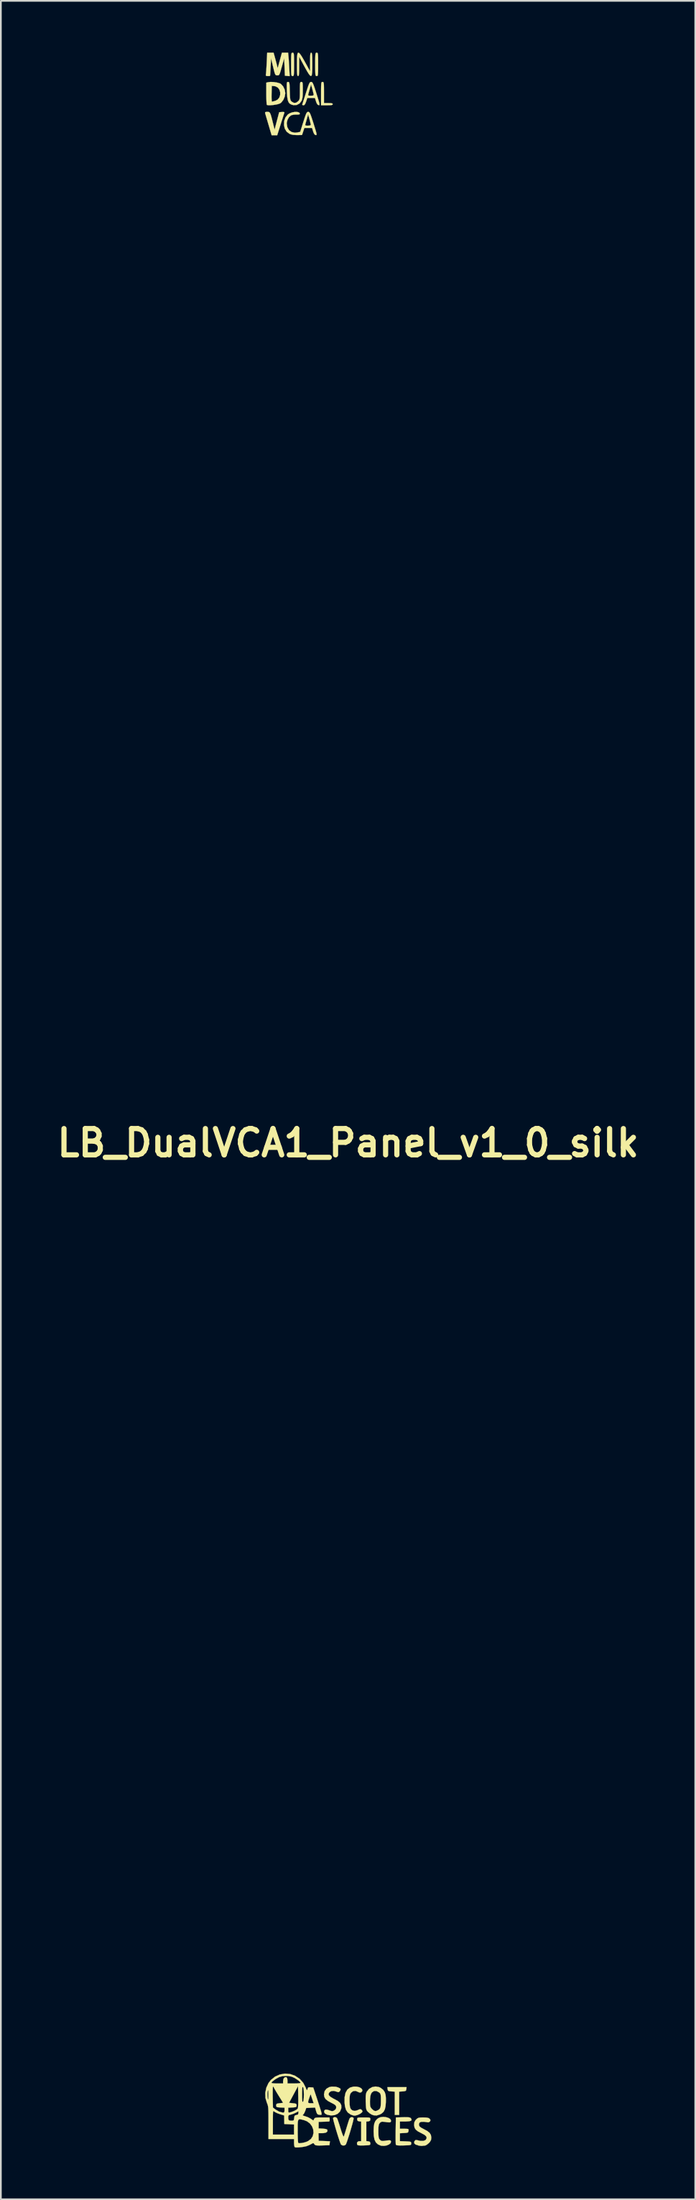
<source format=kicad_pcb>
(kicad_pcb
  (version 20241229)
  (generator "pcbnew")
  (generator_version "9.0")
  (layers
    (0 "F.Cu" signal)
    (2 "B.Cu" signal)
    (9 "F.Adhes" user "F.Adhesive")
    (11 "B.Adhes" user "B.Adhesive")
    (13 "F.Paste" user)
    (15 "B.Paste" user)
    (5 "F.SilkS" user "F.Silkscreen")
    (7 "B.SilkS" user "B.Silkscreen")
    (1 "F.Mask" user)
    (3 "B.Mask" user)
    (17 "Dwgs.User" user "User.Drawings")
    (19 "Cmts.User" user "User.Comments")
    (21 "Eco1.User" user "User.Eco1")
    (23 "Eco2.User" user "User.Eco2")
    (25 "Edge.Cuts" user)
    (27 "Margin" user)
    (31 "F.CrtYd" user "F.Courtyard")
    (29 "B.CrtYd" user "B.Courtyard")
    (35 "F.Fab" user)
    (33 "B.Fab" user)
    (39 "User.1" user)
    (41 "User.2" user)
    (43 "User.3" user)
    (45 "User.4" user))
  (footprint "LB_DualVCA1_Panel_v1_0_silk"
    (layer "F.Cu")
    (at 17.134 63.209)
    (property "Reference" "LB_DualVCA1_Panel_v1_0_silk" (at 0 0 0) (layer "F.SilkS") (effects (font (size 1.524 1.524) (thickness 0.3))))
    (attr through_hole)
    (fp_poly (pts (xy 3.379 54.853) (xy 3.363 54.925) (xy 3.32 54.961) (xy 3.226 54.978) (xy 3.164 54.983) (xy 2.963 54.996) (xy 2.963 56.346) (xy 2.709 56.346) (xy 2.709 54.996) (xy 2.508 54.983) (xy 2.386 54.97) (xy 2.324 54.944) (xy 2.299 54.889) (xy 2.294 54.853) (xy 2.28 54.737) (xy 3.392 54.737) (xy 3.379 54.853)) (stroke (width 0.01) (type solid)) (fill yes) (layer "F.SilkS"))
    (fp_poly (pts (xy -1.449 -61.506) (xy -1.426 -61.485) (xy -1.411 -61.433) (xy -1.402 -61.34) (xy -1.398 -61.19) (xy -1.397 -60.973) (xy -1.397 -60.897) (xy -1.397 -60.283) (xy -1.143 -60.283) (xy -0.996 -60.278) (xy -0.916 -60.261) (xy -0.89 -60.227) (xy -0.889 -60.219) (xy -0.905 -60.187) (xy -0.963 -60.167) (xy -1.078 -60.158) (xy -1.228 -60.156) (xy -1.566 -60.156) (xy -1.566 -60.833) (xy -1.566 -61.086) (xy -1.563 -61.267) (xy -1.557 -61.388) (xy -1.546 -61.46) (xy -1.529 -61.496) (xy -1.503 -61.509) (xy -1.482 -61.51) (xy -1.449 -61.506)) (stroke (width 0.01) (type solid)) (fill yes) (layer "F.SilkS"))
    (fp_poly (pts (xy -3.186 -63.2) (xy -3.163 -63.18) (xy -3.148 -63.132) (xy -3.139 -63.043) (xy -3.134 -62.902) (xy -3.133 -62.696) (xy -3.133 -62.526) (xy -3.133 -62.273) (xy -3.136 -62.092) (xy -3.142 -61.972) (xy -3.153 -61.899) (xy -3.17 -61.863) (xy -3.196 -61.85) (xy -3.217 -61.849) (xy -3.249 -61.853) (xy -3.272 -61.873) (xy -3.287 -61.921) (xy -3.296 -62.01) (xy -3.3 -62.151) (xy -3.302 -62.357) (xy -3.302 -62.526) (xy -3.302 -62.78) (xy -3.299 -62.96) (xy -3.293 -63.081) (xy -3.282 -63.153) (xy -3.264 -63.19) (xy -3.239 -63.202) (xy -3.217 -63.204) (xy -3.186 -63.2)) (stroke (width 0.01) (type solid)) (fill yes) (layer "F.SilkS"))
    (fp_poly (pts (xy -1.789 -63.2) (xy -1.766 -63.18) (xy -1.751 -63.132) (xy -1.742 -63.043) (xy -1.737 -62.902) (xy -1.736 -62.696) (xy -1.736 -62.526) (xy -1.736 -62.273) (xy -1.739 -62.092) (xy -1.745 -61.972) (xy -1.756 -61.899) (xy -1.773 -61.863) (xy -1.799 -61.85) (xy -1.82 -61.849) (xy -1.852 -61.853) (xy -1.875 -61.873) (xy -1.89 -61.921) (xy -1.899 -62.01) (xy -1.903 -62.151) (xy -1.905 -62.357) (xy -1.905 -62.526) (xy -1.905 -62.78) (xy -1.902 -62.96) (xy -1.896 -63.081) (xy -1.885 -63.153) (xy -1.867 -63.19) (xy -1.842 -63.202) (xy -1.82 -63.204) (xy -1.789 -63.2)) (stroke (width 0.01) (type solid)) (fill yes) (layer "F.SilkS"))
    (fp_poly (pts (xy -4.622 -59.773) (xy -4.576 -59.759) (xy -4.537 -59.723) (xy -4.501 -59.653) (xy -4.462 -59.538) (xy -4.416 -59.366) (xy -4.356 -59.127) (xy -4.334 -59.036) (xy -4.261 -58.742) (xy -3.995 -59.754) (xy -3.833 -59.767) (xy -3.727 -59.768) (xy -3.69 -59.745) (xy -3.693 -59.725) (xy -3.713 -59.666) (xy -3.753 -59.543) (xy -3.808 -59.37) (xy -3.875 -59.162) (xy -3.912 -59.044) (xy -4.109 -58.42) (xy -4.432 -58.42) (xy -4.611 -59.023) (xy -4.675 -59.242) (xy -4.733 -59.435) (xy -4.777 -59.588) (xy -4.805 -59.682) (xy -4.811 -59.701) (xy -4.81 -59.751) (xy -4.756 -59.772) (xy -4.682 -59.775) (xy -4.622 -59.773)) (stroke (width 0.01) (type solid)) (fill yes) (layer "F.SilkS"))
    (fp_poly (pts (xy 1.091 56.495) (xy 1.203 56.5) (xy 1.262 56.515) (xy 1.287 56.544) (xy 1.291 56.59) (xy 1.291 56.6) (xy 1.273 56.681) (xy 1.201 56.715) (xy 1.175 56.719) (xy 1.058 56.732) (xy 1.058 57.864) (xy 1.175 57.877) (xy 1.262 57.904) (xy 1.29 57.973) (xy 1.291 57.997) (xy 1.288 58.047) (xy 1.266 58.079) (xy 1.21 58.098) (xy 1.102 58.108) (xy 0.928 58.114) (xy 0.92 58.115) (xy 0.735 58.118) (xy 0.618 58.112) (xy 0.553 58.095) (xy 0.525 58.063) (xy 0.524 58.062) (xy 0.517 57.955) (xy 0.579 57.885) (xy 0.655 57.87) (xy 0.762 57.87) (xy 0.762 56.732) (xy 0.646 56.719) (xy 0.558 56.692) (xy 0.53 56.623) (xy 0.529 56.6) (xy 0.532 56.55) (xy 0.552 56.518) (xy 0.605 56.502) (xy 0.708 56.495) (xy 0.877 56.494) (xy 0.91 56.494) (xy 1.091 56.495)) (stroke (width 0.01) (type solid)) (fill yes) (layer "F.SilkS"))
    (fp_poly (pts (xy -4.306 -61.502) (xy -4.124 -61.474) (xy -3.971 -61.431) (xy -3.899 -61.394) (xy -3.764 -61.249) (xy -3.673 -61.057) (xy -3.641 -60.857) (xy -3.671 -60.663) (xy -3.75 -60.476) (xy -3.864 -60.326) (xy -3.938 -60.268) (xy -4.035 -60.23) (xy -4.177 -60.197) (xy -4.34 -60.173) (xy -4.498 -60.159) (xy -4.628 -60.159) (xy -4.704 -60.175) (xy -4.71 -60.179) (xy -4.721 -60.231) (xy -4.73 -60.352) (xy -4.737 -60.526) (xy -4.739 -60.638) (xy -4.438 -60.638) (xy -4.434 -60.489) (xy -4.425 -60.394) (xy -4.415 -60.368) (xy -4.356 -60.378) (xy -4.251 -60.404) (xy -4.223 -60.412) (xy -4.079 -60.488) (xy -3.984 -60.61) (xy -3.937 -60.759) (xy -3.937 -60.916) (xy -3.983 -61.064) (xy -4.073 -61.183) (xy -4.207 -61.255) (xy -4.276 -61.267) (xy -4.424 -61.278) (xy -4.436 -60.822) (xy -4.438 -60.638) (xy -4.739 -60.638) (xy -4.741 -60.737) (xy -4.741 -60.839) (xy -4.741 -61.466) (xy -4.632 -61.494) (xy -4.486 -61.51) (xy -4.306 -61.502)) (stroke (width 0.01) (type solid)) (fill yes) (layer "F.SilkS"))
    (fp_poly (pts (xy -2.114 -63.192) (xy -2.096 -63.151) (xy -2.085 -63.068) (xy -2.078 -62.933) (xy -2.075 -62.733) (xy -2.074 -62.526) (xy -2.076 -62.248) (xy -2.085 -62.043) (xy -2.104 -61.911) (xy -2.138 -61.852) (xy -2.191 -61.866) (xy -2.267 -61.955) (xy -2.369 -62.118) (xy -2.504 -62.357) (xy -2.623 -62.577) (xy -2.835 -62.971) (xy -2.836 -62.41) (xy -2.837 -62.178) (xy -2.843 -62.019) (xy -2.853 -61.919) (xy -2.87 -61.867) (xy -2.894 -61.849) (xy -2.9 -61.849) (xy -2.924 -61.86) (xy -2.941 -61.901) (xy -2.953 -61.984) (xy -2.96 -62.12) (xy -2.963 -62.32) (xy -2.963 -62.526) (xy -2.962 -62.798) (xy -2.953 -63.001) (xy -2.935 -63.137) (xy -2.902 -63.203) (xy -2.852 -63.199) (xy -2.779 -63.124) (xy -2.68 -62.977) (xy -2.551 -62.756) (xy -2.388 -62.462) (xy -2.342 -62.378) (xy -2.203 -62.124) (xy -2.202 -62.664) (xy -2.2 -62.891) (xy -2.195 -63.045) (xy -2.184 -63.141) (xy -2.166 -63.189) (xy -2.14 -63.204) (xy -2.138 -63.204) (xy -2.114 -63.192)) (stroke (width 0.01) (type solid)) (fill yes) (layer "F.SilkS"))
    (fp_poly (pts (xy 0.507 54.708) (xy 0.66 54.746) (xy 0.772 54.811) (xy 0.827 54.894) (xy 0.822 54.963) (xy 0.756 55.04) (xy 0.656 55.048) (xy 0.58 55.012) (xy 0.433 54.952) (xy 0.29 54.969) (xy 0.172 55.06) (xy 0.127 55.132) (xy 0.101 55.221) (xy 0.088 55.35) (xy 0.085 55.529) (xy 0.091 55.751) (xy 0.114 55.905) (xy 0.159 56.006) (xy 0.231 56.07) (xy 0.287 56.096) (xy 0.392 56.115) (xy 0.511 56.087) (xy 0.561 56.066) (xy 0.667 56.022) (xy 0.729 56.017) (xy 0.779 56.048) (xy 0.792 56.061) (xy 0.837 56.124) (xy 0.816 56.183) (xy 0.801 56.202) (xy 0.698 56.282) (xy 0.553 56.35) (xy 0.406 56.386) (xy 0.371 56.388) (xy 0.27 56.368) (xy 0.147 56.32) (xy 0.126 56.309) (xy -0.02 56.201) (xy -0.119 56.052) (xy -0.179 55.847) (xy -0.203 55.631) (xy -0.199 55.314) (xy -0.146 55.065) (xy -0.043 54.882) (xy 0.111 54.763) (xy 0.317 54.706) (xy 0.33 54.705) (xy 0.507 54.708)) (stroke (width 0.01) (type solid)) (fill yes) (layer "F.SilkS"))
    (fp_poly (pts (xy 3.513 56.485) (xy 3.593 56.503) (xy 3.638 56.533) (xy 3.639 56.534) (xy 3.685 56.618) (xy 3.659 56.677) (xy 3.557 56.712) (xy 3.377 56.726) (xy 3.324 56.727) (xy 3.006 56.727) (xy 3.006 57.15) (xy 3.262 57.15) (xy 3.404 57.152) (xy 3.479 57.162) (xy 3.508 57.192) (xy 3.508 57.248) (xy 3.506 57.266) (xy 3.492 57.332) (xy 3.457 57.369) (xy 3.378 57.387) (xy 3.249 57.396) (xy 3.006 57.408) (xy 3.006 57.866) (xy 3.334 57.878) (xy 3.499 57.886) (xy 3.596 57.898) (xy 3.644 57.919) (xy 3.66 57.958) (xy 3.662 57.997) (xy 3.659 58.044) (xy 3.641 58.075) (xy 3.591 58.094) (xy 3.495 58.105) (xy 3.338 58.111) (xy 3.227 58.115) (xy 3.017 58.118) (xy 2.879 58.112) (xy 2.801 58.096) (xy 2.771 58.071) (xy 2.765 58.012) (xy 2.761 57.883) (xy 2.758 57.7) (xy 2.759 57.475) (xy 2.761 57.254) (xy 2.773 56.494) (xy 3.179 56.482) (xy 3.38 56.479) (xy 3.513 56.485)) (stroke (width 0.01) (type solid)) (fill yes) (layer "F.SilkS"))
    (fp_poly (pts (xy 2.2 56.477) (xy 2.341 56.52) (xy 2.444 56.585) (xy 2.49 56.669) (xy 2.49 56.697) (xy 2.477 56.746) (xy 2.446 56.773) (xy 2.38 56.779) (xy 2.262 56.769) (xy 2.095 56.745) (xy 1.971 56.737) (xy 1.891 56.766) (xy 1.841 56.812) (xy 1.8 56.87) (xy 1.775 56.947) (xy 1.761 57.062) (xy 1.757 57.237) (xy 1.757 57.298) (xy 1.76 57.493) (xy 1.77 57.623) (xy 1.792 57.708) (xy 1.828 57.769) (xy 1.841 57.784) (xy 1.914 57.844) (xy 2.004 57.86) (xy 2.095 57.851) (xy 2.275 57.826) (xy 2.388 57.817) (xy 2.45 57.825) (xy 2.479 57.854) (xy 2.49 57.899) (xy 2.464 57.984) (xy 2.374 58.059) (xy 2.242 58.114) (xy 2.089 58.141) (xy 1.936 58.134) (xy 1.89 58.123) (xy 1.727 58.05) (xy 1.611 57.939) (xy 1.534 57.779) (xy 1.493 57.558) (xy 1.482 57.29) (xy 1.491 57.032) (xy 1.523 56.841) (xy 1.584 56.699) (xy 1.68 56.59) (xy 1.758 56.531) (xy 1.888 56.478) (xy 2.043 56.461) (xy 2.2 56.477)) (stroke (width 0.01) (type solid)) (fill yes) (layer "F.SilkS"))
    (fp_poly (pts (xy 0.311 56.513) (xy 0.322 56.532) (xy 0.317 56.589) (xy 0.29 56.711) (xy 0.246 56.88) (xy 0.189 57.082) (xy 0.126 57.3) (xy 0.059 57.518) (xy -0.006 57.721) (xy -0.063 57.891) (xy -0.109 58.014) (xy -0.138 58.071) (xy -0.22 58.117) (xy -0.323 58.115) (xy -0.405 58.067) (xy -0.417 58.05) (xy -0.451 57.966) (xy -0.501 57.825) (xy -0.561 57.641) (xy -0.627 57.433) (xy -0.693 57.214) (xy -0.755 57.001) (xy -0.808 56.81) (xy -0.848 56.656) (xy -0.869 56.557) (xy -0.871 56.528) (xy -0.815 56.481) (xy -0.728 56.478) (xy -0.651 56.52) (xy -0.646 56.526) (xy -0.618 56.584) (xy -0.574 56.707) (xy -0.517 56.878) (xy -0.454 57.079) (xy -0.442 57.12) (xy -0.381 57.313) (xy -0.326 57.468) (xy -0.282 57.571) (xy -0.255 57.609) (xy -0.251 57.606) (xy -0.228 57.546) (xy -0.188 57.422) (xy -0.136 57.255) (xy -0.086 57.087) (xy -0.027 56.893) (xy 0.026 56.725) (xy 0.068 56.602) (xy 0.091 56.547) (xy 0.157 56.488) (xy 0.243 56.476) (xy 0.311 56.513)) (stroke (width 0.01) (type solid)) (fill yes) (layer "F.SilkS"))
    (fp_poly (pts (xy -4.257 -62.981) (xy -4.208 -62.8) (xy -4.156 -62.603) (xy -4.138 -62.531) (xy -4.082 -62.303) (xy -3.959 -62.753) (xy -3.835 -63.204) (xy -3.477 -63.204) (xy -3.455 -62.981) (xy -3.443 -62.843) (xy -3.43 -62.65) (xy -3.417 -62.433) (xy -3.41 -62.301) (xy -3.387 -61.844) (xy -3.524 -61.857) (xy -3.662 -61.87) (xy -3.704 -62.886) (xy -3.781 -62.611) (xy -3.853 -62.353) (xy -3.906 -62.165) (xy -3.946 -62.037) (xy -3.979 -61.956) (xy -4.008 -61.913) (xy -4.039 -61.895) (xy -4.076 -61.891) (xy -4.106 -61.891) (xy -4.158 -61.894) (xy -4.196 -61.912) (xy -4.228 -61.958) (xy -4.26 -62.046) (xy -4.298 -62.191) (xy -4.347 -62.389) (xy -4.466 -62.886) (xy -4.492 -62.378) (xy -4.503 -62.181) (xy -4.512 -62.018) (xy -4.52 -61.905) (xy -4.524 -61.86) (xy -4.524 -61.86) (xy -4.565 -61.852) (xy -4.657 -61.849) (xy -4.657 -61.849) (xy -4.746 -61.858) (xy -4.771 -61.897) (xy -4.765 -61.944) (xy -4.756 -62.021) (xy -4.744 -62.163) (xy -4.732 -62.352) (xy -4.72 -62.569) (xy -4.718 -62.622) (xy -4.69 -63.204) (xy -4.32 -63.204) (xy -4.257 -62.981)) (stroke (width 0.01) (type solid)) (fill yes) (layer "F.SilkS"))
    (fp_poly (pts (xy -2.673 -61.505) (xy -2.648 -61.48) (xy -2.634 -61.42) (xy -2.627 -61.31) (xy -2.625 -61.138) (xy -2.625 -61.034) (xy -2.628 -60.798) (xy -2.64 -60.629) (xy -2.663 -60.506) (xy -2.698 -60.412) (xy -2.699 -60.41) (xy -2.817 -60.258) (xy -2.977 -60.174) (xy -3.164 -60.164) (xy -3.289 -60.198) (xy -3.382 -60.251) (xy -3.449 -60.332) (xy -3.496 -60.455) (xy -3.526 -60.631) (xy -3.544 -60.874) (xy -3.549 -60.987) (xy -3.555 -61.205) (xy -3.557 -61.352) (xy -3.551 -61.442) (xy -3.537 -61.49) (xy -3.512 -61.508) (xy -3.48 -61.51) (xy -3.444 -61.505) (xy -3.419 -61.482) (xy -3.403 -61.425) (xy -3.392 -61.322) (xy -3.385 -61.159) (xy -3.38 -60.977) (xy -3.373 -60.755) (xy -3.364 -60.601) (xy -3.351 -60.5) (xy -3.329 -60.436) (xy -3.297 -60.392) (xy -3.266 -60.363) (xy -3.134 -60.293) (xy -3.011 -60.304) (xy -2.898 -60.387) (xy -2.854 -60.435) (xy -2.824 -60.488) (xy -2.807 -60.563) (xy -2.798 -60.676) (xy -2.794 -60.845) (xy -2.794 -61) (xy -2.793 -61.215) (xy -2.789 -61.36) (xy -2.78 -61.447) (xy -2.762 -61.492) (xy -2.735 -61.508) (xy -2.709 -61.51) (xy -2.673 -61.505)) (stroke (width 0.01) (type solid)) (fill yes) (layer "F.SilkS"))
    (fp_poly (pts (xy -2.106 -61.504) (xy -2.072 -61.476) (xy -2.036 -61.416) (xy -1.993 -61.313) (xy -1.937 -61.156) (xy -1.865 -60.933) (xy -1.833 -60.831) (xy -1.754 -60.582) (xy -1.7 -60.403) (xy -1.668 -60.283) (xy -1.656 -60.21) (xy -1.661 -60.173) (xy -1.683 -60.162) (xy -1.706 -60.164) (xy -1.774 -60.201) (xy -1.83 -60.299) (xy -1.858 -60.378) (xy -1.92 -60.579) (xy -2.364 -60.579) (xy -2.434 -60.367) (xy -2.487 -60.235) (xy -2.539 -60.17) (xy -2.59 -60.156) (xy -2.653 -60.176) (xy -2.653 -60.216) (xy -2.632 -60.276) (xy -2.592 -60.402) (xy -2.535 -60.576) (xy -2.486 -60.732) (xy -2.313 -60.732) (xy -2.265 -60.711) (xy -2.162 -60.706) (xy -2.04 -60.718) (xy -1.992 -60.753) (xy -1.991 -60.759) (xy -2.003 -60.825) (xy -2.032 -60.945) (xy -2.07 -61.087) (xy -2.147 -61.362) (xy -2.219 -61.108) (xy -2.261 -60.961) (xy -2.295 -60.839) (xy -2.312 -60.78) (xy -2.313 -60.732) (xy -2.486 -60.732) (xy -2.469 -60.784) (xy -2.434 -60.894) (xy -2.358 -61.131) (xy -2.301 -61.298) (xy -2.256 -61.409) (xy -2.219 -61.473) (xy -2.184 -61.503) (xy -2.145 -61.51) (xy -2.143 -61.51) (xy -2.106 -61.504)) (stroke (width 0.01) (type solid)) (fill yes) (layer "F.SilkS"))
    (fp_poly (pts (xy -0.712 54.714) (xy -0.581 54.752) (xy -0.469 54.807) (xy -0.43 54.859) (xy -0.454 54.929) (xy -0.482 54.971) (xy -0.536 55.024) (xy -0.603 55.021) (xy -0.654 55) (xy -0.822 54.953) (xy -0.973 54.966) (xy -1.077 55.03) (xy -1.129 55.119) (xy -1.115 55.205) (xy -1.03 55.293) (xy -0.869 55.391) (xy -0.786 55.433) (xy -0.584 55.545) (xy -0.457 55.657) (xy -0.395 55.782) (xy -0.391 55.931) (xy -0.398 55.978) (xy -0.469 56.151) (xy -0.602 56.279) (xy -0.779 56.357) (xy -0.988 56.377) (xy -1.212 56.334) (xy -1.228 56.328) (xy -1.34 56.262) (xy -1.391 56.176) (xy -1.373 56.089) (xy -1.344 56.058) (xy -1.281 56.036) (xy -1.178 56.053) (xy -1.094 56.081) (xy -0.972 56.121) (xy -0.896 56.128) (xy -0.829 56.103) (xy -0.786 56.076) (xy -0.702 55.996) (xy -0.685 55.896) (xy -0.685 55.888) (xy -0.706 55.819) (xy -0.763 55.759) (xy -0.872 55.693) (xy -0.968 55.645) (xy -1.171 55.535) (xy -1.303 55.427) (xy -1.374 55.308) (xy -1.397 55.166) (xy -1.397 55.156) (xy -1.359 54.971) (xy -1.253 54.827) (xy -1.087 54.734) (xy -0.949 54.706) (xy -0.712 54.714)) (stroke (width 0.01) (type solid)) (fill yes) (layer "F.SilkS"))
    (fp_poly (pts (xy 4.536 56.5) (xy 4.649 56.521) (xy 4.721 56.561) (xy 4.729 56.569) (xy 4.778 56.642) (xy 4.759 56.713) (xy 4.756 56.717) (xy 4.683 56.771) (xy 4.63 56.775) (xy 4.402 56.743) (xy 4.244 56.745) (xy 4.15 56.785) (xy 4.112 56.866) (xy 4.114 56.947) (xy 4.145 57.014) (xy 4.229 57.083) (xy 4.379 57.164) (xy 4.397 57.173) (xy 4.6 57.283) (xy 4.731 57.39) (xy 4.802 57.508) (xy 4.826 57.65) (xy 4.826 57.667) (xy 4.811 57.794) (xy 4.755 57.899) (xy 4.682 57.98) (xy 4.579 58.066) (xy 4.485 58.117) (xy 4.453 58.124) (xy 4.353 58.132) (xy 4.311 58.14) (xy 4.236 58.142) (xy 4.119 58.126) (xy 4.078 58.117) (xy 3.919 58.065) (xy 3.84 57.996) (xy 3.836 57.906) (xy 3.853 57.868) (xy 3.913 57.803) (xy 3.994 57.807) (xy 4.198 57.855) (xy 4.368 57.855) (xy 4.486 57.807) (xy 4.503 57.792) (xy 4.559 57.693) (xy 4.539 57.6) (xy 4.442 57.507) (xy 4.263 57.41) (xy 4.262 57.409) (xy 4.061 57.306) (xy 3.931 57.205) (xy 3.859 57.093) (xy 3.832 56.955) (xy 3.831 56.914) (xy 3.846 56.769) (xy 3.903 56.661) (xy 3.949 56.611) (xy 4.02 56.548) (xy 4.095 56.513) (xy 4.2 56.497) (xy 4.36 56.494) (xy 4.536 56.5)) (stroke (width 0.01) (type solid)) (fill yes) (layer "F.SilkS"))
    (fp_poly (pts (xy 1.793 54.732) (xy 1.909 54.791) (xy 2.039 54.897) (xy 2.126 55.023) (xy 2.176 55.185) (xy 2.194 55.401) (xy 2.192 55.585) (xy 2.173 55.84) (xy 2.131 56.027) (xy 2.058 56.163) (xy 1.948 56.263) (xy 1.847 56.319) (xy 1.659 56.379) (xy 1.483 56.367) (xy 1.376 56.328) (xy 1.256 56.256) (xy 1.145 56.159) (xy 1.143 56.157) (xy 1.095 56.099) (xy 1.064 56.035) (xy 1.044 55.945) (xy 1.033 55.812) (xy 1.025 55.614) (xy 1.024 55.591) (xy 1.024 55.564) (xy 1.27 55.564) (xy 1.272 55.731) (xy 1.285 55.84) (xy 1.314 55.915) (xy 1.367 55.983) (xy 1.398 56.015) (xy 1.496 56.098) (xy 1.58 56.123) (xy 1.641 56.115) (xy 1.757 56.062) (xy 1.831 56.001) (xy 1.868 55.938) (xy 1.891 55.846) (xy 1.902 55.706) (xy 1.905 55.519) (xy 1.904 55.332) (xy 1.896 55.211) (xy 1.879 55.134) (xy 1.846 55.083) (xy 1.793 55.036) (xy 1.793 55.036) (xy 1.643 54.958) (xy 1.504 54.959) (xy 1.386 55.04) (xy 1.332 55.121) (xy 1.295 55.246) (xy 1.274 55.433) (xy 1.27 55.564) (xy 1.024 55.564) (xy 1.021 55.376) (xy 1.026 55.225) (xy 1.042 55.117) (xy 1.072 55.032) (xy 1.091 54.994) (xy 1.222 54.836) (xy 1.397 54.735) (xy 1.595 54.699) (xy 1.793 54.732)) (stroke (width 0.01) (type solid)) (fill yes) (layer "F.SilkS"))
    (fp_poly (pts (xy -2.276 -59.768) (xy -2.241 -59.741) (xy -2.205 -59.681) (xy -2.162 -59.579) (xy -2.107 -59.421) (xy -2.035 -59.199) (xy -2.002 -59.095) (xy -1.924 -58.847) (xy -1.87 -58.668) (xy -1.838 -58.547) (xy -1.825 -58.474) (xy -1.831 -58.438) (xy -1.852 -58.427) (xy -1.876 -58.428) (xy -1.944 -58.465) (xy -1.999 -58.563) (xy -2.027 -58.642) (xy -2.089 -58.843) (xy -2.533 -58.843) (xy -2.601 -58.638) (xy -2.67 -58.433) (xy -2.956 -58.427) (xy -3.191 -58.439) (xy -3.363 -58.484) (xy -3.386 -58.495) (xy -3.562 -58.626) (xy -3.671 -58.806) (xy -3.715 -59.003) (xy -3.704 -59.245) (xy -3.628 -59.455) (xy -3.495 -59.619) (xy -3.392 -59.687) (xy -3.239 -59.745) (xy -3.083 -59.772) (xy -2.943 -59.769) (xy -2.841 -59.737) (xy -2.795 -59.676) (xy -2.794 -59.666) (xy -2.821 -59.63) (xy -2.912 -59.616) (xy -2.999 -59.618) (xy -3.147 -59.611) (xy -3.277 -59.583) (xy -3.315 -59.567) (xy -3.429 -59.465) (xy -3.514 -59.31) (xy -3.555 -59.134) (xy -3.556 -59.1) (xy -3.522 -58.883) (xy -3.427 -58.716) (xy -3.28 -58.607) (xy -3.091 -58.566) (xy -2.951 -58.578) (xy -2.775 -58.613) (xy -2.654 -58.997) (xy -2.482 -58.997) (xy -2.434 -58.975) (xy -2.331 -58.97) (xy -2.21 -58.982) (xy -2.161 -59.017) (xy -2.16 -59.023) (xy -2.172 -59.089) (xy -2.201 -59.209) (xy -2.239 -59.351) (xy -2.316 -59.627) (xy -2.388 -59.373) (xy -2.43 -59.225) (xy -2.465 -59.103) (xy -2.482 -59.044) (xy -2.482 -58.997) (xy -2.654 -58.997) (xy -2.592 -59.194) (xy -2.519 -59.423) (xy -2.463 -59.583) (xy -2.42 -59.686) (xy -2.383 -59.744) (xy -2.347 -59.77) (xy -2.313 -59.775) (xy -2.276 -59.768)) (stroke (width 0.01) (type solid)) (fill yes) (layer "F.SilkS"))
    (fp_poly (pts (xy -3.357 53.977) (xy -3.081 54.073) (xy -2.815 54.248) (xy -2.603 54.482) (xy -2.462 54.751) (xy -2.416 54.869) (xy -2.389 54.917) (xy -2.37 54.902) (xy -2.354 54.847) (xy -2.325 54.771) (xy -2.269 54.743) (xy -2.172 54.745) (xy -2.018 54.758) (xy -1.796 55.423) (xy -1.719 55.657) (xy -1.65 55.871) (xy -1.594 56.05) (xy -1.556 56.176) (xy -1.545 56.22) (xy -1.531 56.309) (xy -1.557 56.341) (xy -1.644 56.339) (xy -1.656 56.338) (xy -1.743 56.322) (xy -1.795 56.279) (xy -1.834 56.188) (xy -1.854 56.121) (xy -1.911 55.918) (xy -2.169 55.931) (xy -2.426 55.944) (xy -2.484 56.113) (xy -2.535 56.231) (xy -2.591 56.317) (xy -2.605 56.33) (xy -2.631 56.363) (xy -2.596 56.391) (xy -2.49 56.423) (xy -2.488 56.424) (xy -2.332 56.479) (xy -2.182 56.557) (xy -2.16 56.571) (xy -2.013 56.673) (xy -1.968 56.583) (xy -1.941 56.542) (xy -1.897 56.516) (xy -1.82 56.502) (xy -1.691 56.495) (xy -1.502 56.494) (xy -1.079 56.494) (xy -1.066 56.61) (xy -1.073 56.703) (xy -1.108 56.729) (xy -1.178 56.732) (xy -1.303 56.736) (xy -1.435 56.74) (xy -1.706 56.748) (xy -1.707 57.129) (xy -1.465 57.142) (xy -1.299 57.161) (xy -1.213 57.197) (xy -1.2 57.216) (xy -1.2 57.306) (xy -1.276 57.369) (xy -1.419 57.401) (xy -1.497 57.404) (xy -1.714 57.404) (xy -1.709 57.626) (xy -1.704 57.849) (xy -1.053 57.873) (xy -1.066 57.988) (xy -1.079 58.102) (xy -1.491 58.115) (xy -1.683 58.119) (xy -1.808 58.115) (xy -1.885 58.102) (xy -1.929 58.076) (xy -1.955 58.043) (xy -1.995 57.989) (xy -2.037 57.983) (xy -2.115 58.023) (xy -2.136 58.036) (xy -2.272 58.104) (xy -2.413 58.158) (xy -2.548 58.189) (xy -2.71 58.213) (xy -2.871 58.229) (xy -3.004 58.233) (xy -3.08 58.224) (xy -3.114 58.167) (xy -3.131 58.04) (xy -3.133 57.972) (xy -3.133 57.743) (xy -4.614 57.743) (xy -4.614 56.796) (xy -4.614 56.784) (xy -4.36 56.784) (xy -4.36 57.489) (xy -3.133 57.489) (xy -3.133 57.122) (xy -2.921 57.122) (xy -2.921 57.27) (xy -2.919 57.5) (xy -2.914 57.701) (xy -2.906 57.856) (xy -2.896 57.95) (xy -2.89 57.972) (xy -2.824 57.988) (xy -2.705 57.979) (xy -2.559 57.95) (xy -2.412 57.905) (xy -2.319 57.865) (xy -2.152 57.739) (xy -2.047 57.576) (xy -2.004 57.389) (xy -2.019 57.195) (xy -2.089 57.009) (xy -2.211 56.843) (xy -2.382 56.715) (xy -2.556 56.648) (xy -2.69 56.614) (xy -2.786 56.596) (xy -2.852 56.605) (xy -2.892 56.652) (xy -2.912 56.747) (xy -2.92 56.9) (xy -2.921 57.122) (xy -3.133 57.122) (xy -3.133 56.9) (xy -3.414 56.887) (xy -3.696 56.875) (xy -3.7 56.627) (xy -3.702 56.491) (xy -3.471 56.491) (xy -3.461 56.61) (xy -3.417 56.667) (xy -3.317 56.684) (xy -3.276 56.684) (xy -3.185 56.677) (xy -3.143 56.638) (xy -3.126 56.543) (xy -3.125 56.526) (xy -3.107 56.419) (xy -3.066 56.37) (xy -2.995 56.353) (xy -2.908 56.326) (xy -2.879 56.257) (xy -2.879 56.237) (xy -2.879 56.134) (xy -3.037 56.219) (xy -3.175 56.281) (xy -3.312 56.325) (xy -3.333 56.329) (xy -3.429 56.358) (xy -3.466 56.414) (xy -3.471 56.491) (xy -3.702 56.491) (xy -3.704 56.379) (xy -3.951 56.302) (xy -4.098 56.249) (xy -4.222 56.19) (xy -4.279 56.152) (xy -4.309 56.128) (xy -4.33 56.125) (xy -4.345 56.153) (xy -4.354 56.224) (xy -4.358 56.348) (xy -4.36 56.536) (xy -4.36 56.784) (xy -4.614 56.784) (xy -4.615 56.485) (xy -4.617 56.247) (xy -4.622 56.068) (xy -4.63 55.935) (xy -4.644 55.836) (xy -4.663 55.757) (xy -4.689 55.686) (xy -4.708 55.642) (xy -4.791 55.363) (xy -4.796 55.185) (xy -4.68 55.185) (xy -4.673 55.31) (xy -4.658 55.41) (xy -4.636 55.456) (xy -4.633 55.457) (xy -4.624 55.418) (xy -4.619 55.315) (xy -4.618 55.17) (xy -4.618 55.15) (xy -4.621 55.008) (xy -4.371 55.008) (xy -4.37 55.213) (xy -4.369 55.308) (xy -4.356 55.921) (xy -4.213 56.031) (xy -4.006 56.152) (xy -3.796 56.212) (xy -3.757 56.215) (xy -3.705 56.197) (xy -3.685 56.122) (xy -3.683 56.073) (xy -3.683 55.927) (xy -3.471 55.927) (xy -3.471 56.077) (xy -3.466 56.176) (xy -3.438 56.211) (xy -3.367 56.202) (xy -3.355 56.199) (xy -3.232 56.159) (xy -3.103 56.106) (xy -2.998 56.047) (xy -2.925 55.99) (xy -2.922 55.987) (xy -2.903 55.918) (xy -2.891 55.771) (xy -2.887 55.603) (xy -2.318 55.603) (xy -2.298 55.65) (xy -2.234 55.667) (xy -2.162 55.668) (xy -1.995 55.668) (xy -2.173 55.141) (xy -2.248 55.352) (xy -2.3 55.509) (xy -2.318 55.603) (xy -2.887 55.603) (xy -2.886 55.55) (xy -2.888 55.303) (xy -2.891 55.16) (xy -2.667 55.16) (xy -2.665 55.371) (xy -2.659 55.507) (xy -2.648 55.58) (xy -2.629 55.6) (xy -2.614 55.59) (xy -2.584 55.513) (xy -2.566 55.358) (xy -2.561 55.16) (xy -2.568 54.94) (xy -2.587 54.794) (xy -2.614 54.731) (xy -2.637 54.723) (xy -2.653 54.762) (xy -2.662 54.858) (xy -2.666 55.022) (xy -2.667 55.16) (xy -2.891 55.16) (xy -2.9 54.673) (xy -3.422 55.647) (xy -3.203 55.668) (xy -3.075 55.685) (xy -3.01 55.709) (xy -2.987 55.755) (xy -2.985 55.795) (xy -2.991 55.855) (xy -3.024 55.889) (xy -3.103 55.905) (xy -3.228 55.914) (xy -3.471 55.927) (xy -3.683 55.927) (xy -3.926 55.914) (xy -4.064 55.904) (xy -4.136 55.886) (xy -4.165 55.85) (xy -4.17 55.795) (xy -4.161 55.73) (xy -4.119 55.695) (xy -4.023 55.675) (xy -3.968 55.668) (xy -3.766 55.647) (xy -4.042 55.204) (xy -4.148 55.031) (xy -4.235 54.884) (xy -4.294 54.778) (xy -4.318 54.728) (xy -4.318 54.727) (xy -4.348 54.695) (xy -4.35 54.695) (xy -4.36 54.734) (xy -4.367 54.844) (xy -4.371 55.008) (xy -4.621 55.008) (xy -4.621 54.999) (xy -4.628 54.924) (xy -4.641 54.917) (xy -4.661 54.968) (xy -4.662 54.97) (xy -4.677 55.062) (xy -4.68 55.185) (xy -4.796 55.185) (xy -4.8 55.067) (xy -4.741 54.774) (xy -4.616 54.503) (xy -4.602 54.485) (xy -4.445 54.485) (xy -4.406 54.504) (xy -4.302 54.518) (xy -4.154 54.525) (xy -4.106 54.525) (xy -3.768 54.525) (xy -3.768 54.382) (xy -3.744 54.253) (xy -3.682 54.172) (xy -3.596 54.154) (xy -3.578 54.159) (xy -3.529 54.223) (xy -3.514 54.355) (xy -3.514 54.525) (xy -3.133 54.525) (xy -2.963 54.521) (xy -2.832 54.51) (xy -2.76 54.494) (xy -2.752 54.485) (xy -2.783 54.437) (xy -2.86 54.365) (xy -2.889 54.342) (xy -3.093 54.206) (xy -3.276 54.126) (xy -3.471 54.091) (xy -3.598 54.086) (xy -3.814 54.102) (xy -4 54.155) (xy -4.188 54.258) (xy -4.307 54.342) (xy -4.394 54.416) (xy -4.442 54.474) (xy -4.445 54.485) (xy -4.602 54.485) (xy -4.475 54.32) (xy -4.233 54.126) (xy -3.956 54.003) (xy -3.659 53.952) (xy -3.357 53.977)) (stroke (width 0.01) (type solid)) (fill yes) (layer "F.SilkS")))
  (gr_rect
    (start -3 -3)
    (end 37.268 124.447)
    (stroke (width 0.1) (type default))
    (fill no)
    (layer "Edge.Cuts")))
</source>
